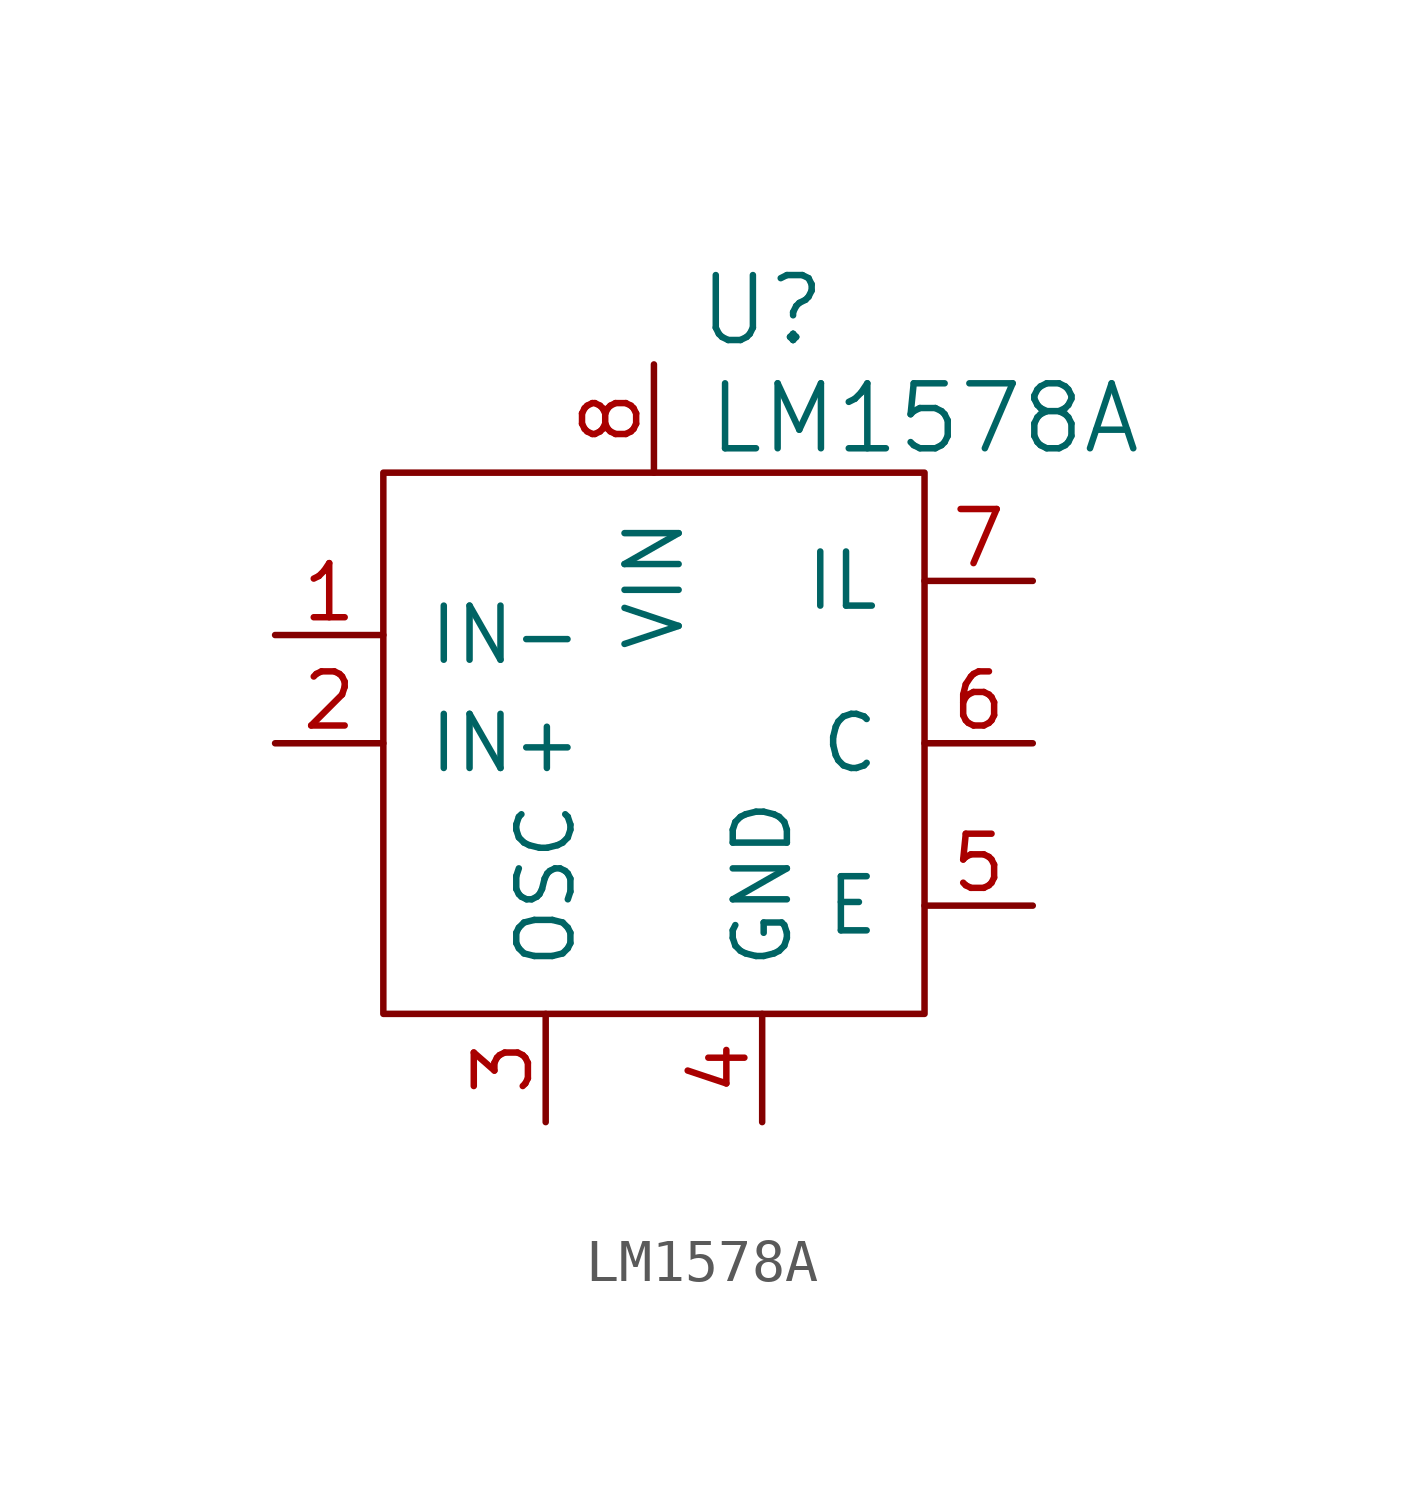
<source format=kicad_sym>
(kicad_symbol_lib
  (version 20220914)
  (generator kicad_symbol_editor)
  (symbol "LM1578A"
    (pin_names
      (offset 1.016))
    (property "Reference" "U"
      (at 2.54 10.16 0)
      (effects (font (size 1.524 1.524))))
    (property "Value" "LM1578A"
      (at 6.35 7.62 0)
      (effects (font (size 1.524 1.524))))
    (property "Footprint" ""
      (at 0 0 0)
      (effects (font (size 1.524 1.524))))
    (property "Datasheet" ""
      (at 0 0 0)
      (effects (font (size 1.524 1.524))))
    (symbol "LM1578A_0_1"
      (rectangle (start -6.35 6.35) (end 6.35 -6.35) (stroke (width 0) (type solid)) (fill (type none))))
    (symbol "LM1578A_1_1"
      (pin passive line (at -8.89 2.54 0) (length 2.54) (name "IN-" (effects (font (size 1.27 1.27)))) (number "1" (effects (font (size 1.27 1.27)))))
      (pin passive line (at -8.89 0 0) (length 2.54) (name "IN+" (effects (font (size 1.27 1.27)))) (number "2" (effects (font (size 1.27 1.27)))))
      (pin passive line (at -2.54 -8.89 90) (length 2.54) (name "OSC" (effects (font (size 1.27 1.27)))) (number "3" (effects (font (size 1.27 1.27)))))
      (pin passive line (at 2.54 -8.89 90) (length 2.54) (name "GND" (effects (font (size 1.27 1.27)))) (number "4" (effects (font (size 1.27 1.27)))))
      (pin passive line (at 8.89 -3.81 180) (length 2.54) (name "E" (effects (font (size 1.27 1.27)))) (number "5" (effects (font (size 1.27 1.27)))))
      (pin passive line (at 8.89 0 180) (length 2.54) (name "C" (effects (font (size 1.27 1.27)))) (number "6" (effects (font (size 1.27 1.27)))))
      (pin passive line (at 8.89 3.81 180) (length 2.54) (name "IL" (effects (font (size 1.27 1.27)))) (number "7" (effects (font (size 1.27 1.27)))))
      (pin passive line (at 0 8.89 270) (length 2.54) (name "VIN" (effects (font (size 1.27 1.27)))) (number "8" (effects (font (size 1.27 1.27))))))))
</source>
